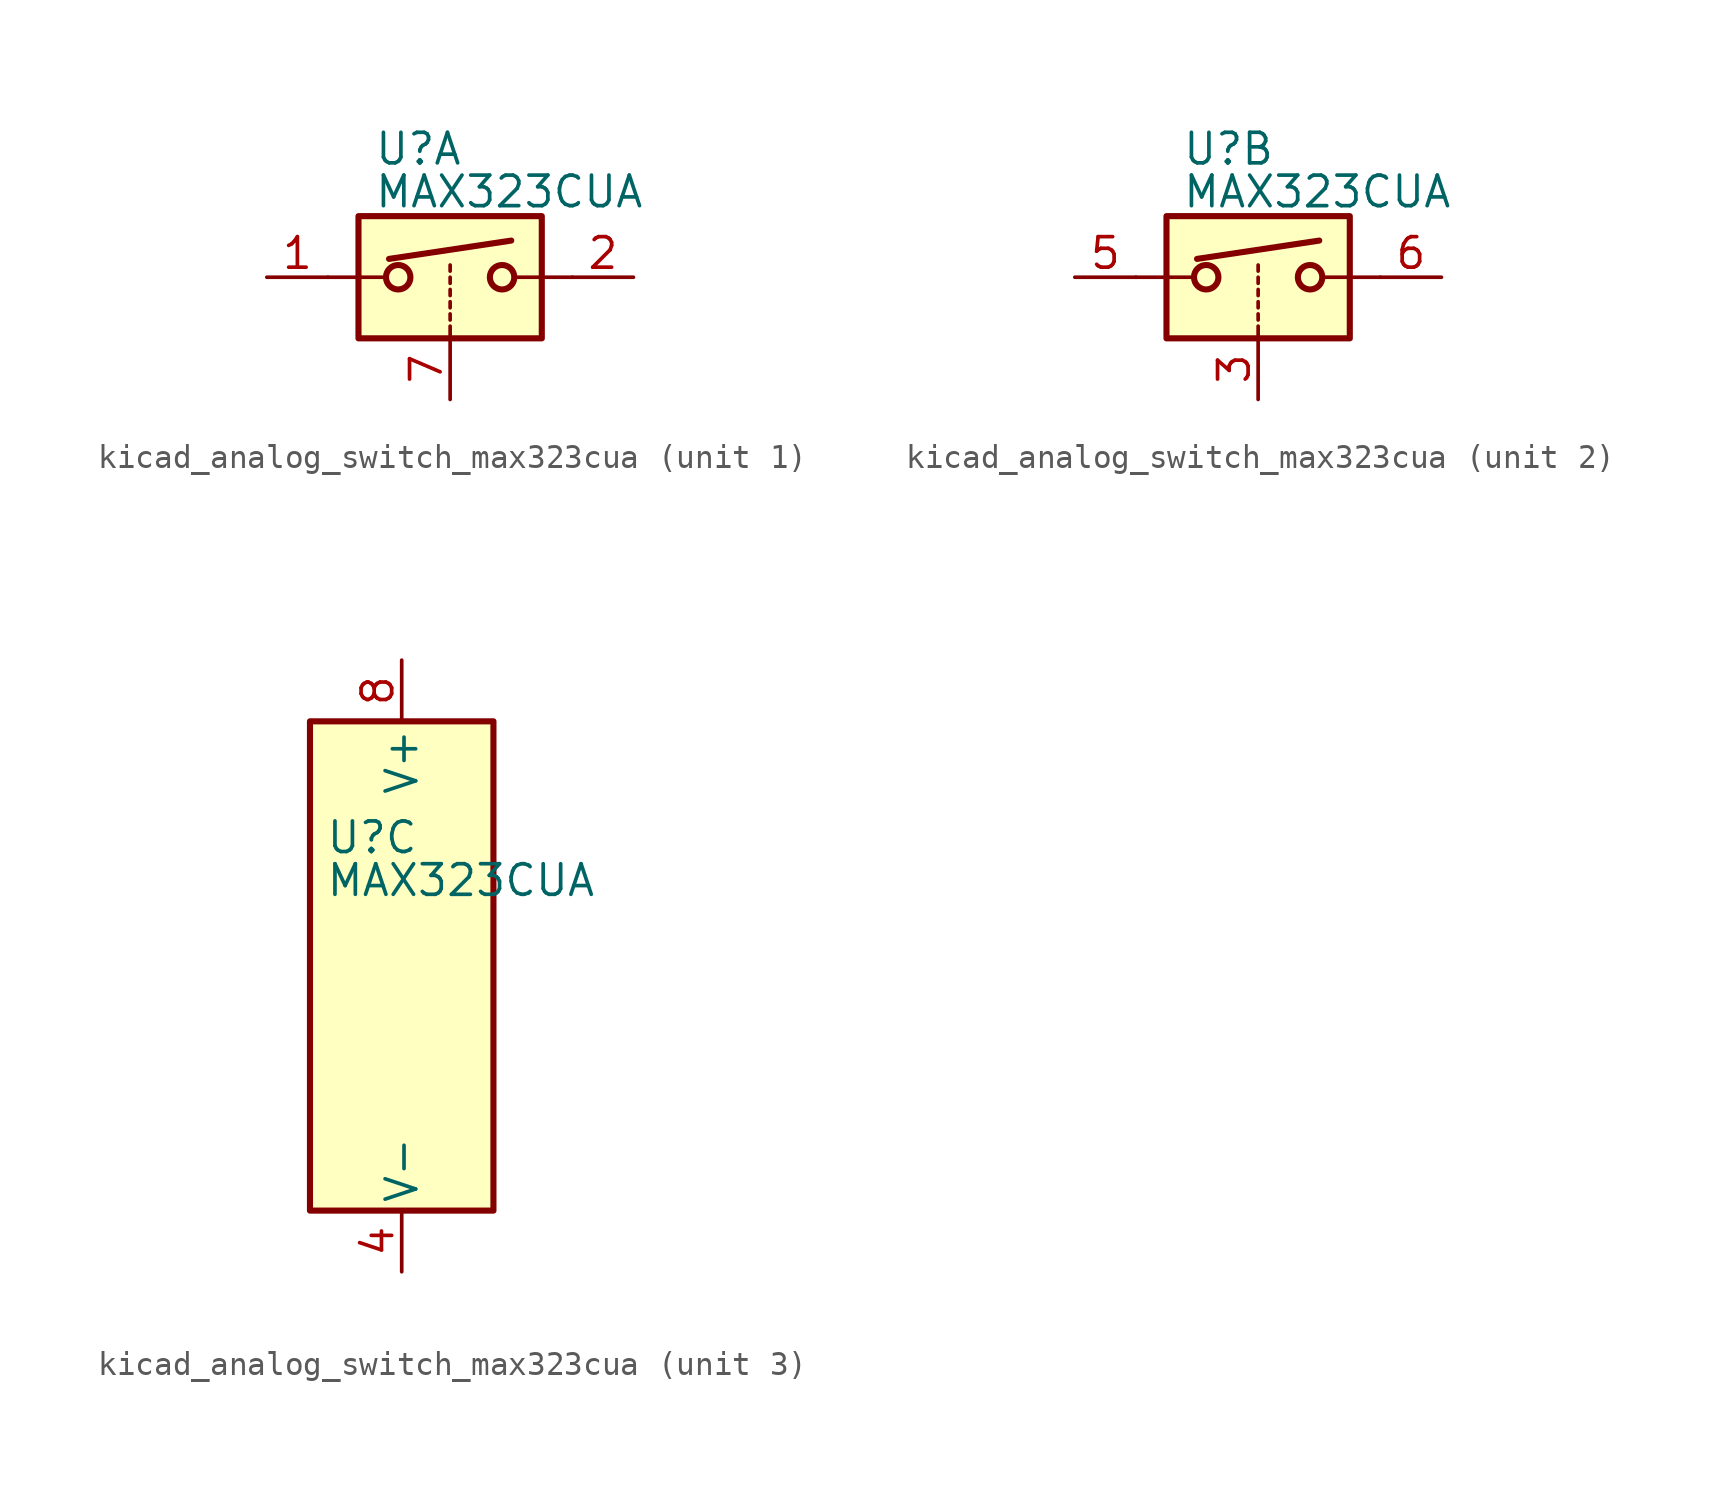
<source format=kicad_sym>
(kicad_symbol_lib
  (version 20220914)
  (generator kicad_symbol_editor)
  (symbol "kicad_analog_switch_max323cua"
    (pin_names
      (offset 0.254))
    (property "Reference" "U"
      (at -3.175 5.334 0)
      (effects (font (size 1.27 1.27)) (justify left)))
    (property "Value" "MAX323CUA"
      (at -3.175 3.556 0)
      (effects (font (size 1.27 1.27)) (justify left)))
    (symbol "kicad_analog_switch_max323cua_1_1"
      (rectangle (start -3.81 2.54) (end 3.81 -2.54) (stroke (width 0.254) (type default)) (fill (type background)))
      (circle (center -2.159 0) (radius 0.508) (stroke (width 0.254) (type default)) (fill (type none)))
      (polyline (pts (xy -5.08 0) (xy -2.794 0)) (stroke (width 0) (type default)) (fill (type none)))
      (polyline (pts (xy -2.54 0.762) (xy 2.54 1.524)) (stroke (width 0.254) (type default)) (fill (type none)))
      (polyline (pts (xy 0 -2.54) (xy 0 -2.032)) (stroke (width 0) (type default)) (fill (type none)))
      (polyline (pts (xy 0 -1.778) (xy 0 -1.524)) (stroke (width 0) (type default)) (fill (type none)))
      (polyline (pts (xy 0 -1.27) (xy 0 -1.016)) (stroke (width 0) (type default)) (fill (type none)))
      (polyline (pts (xy 0 -0.762) (xy 0 -0.508)) (stroke (width 0) (type default)) (fill (type none)))
      (polyline (pts (xy 0 -0.254) (xy 0 0)) (stroke (width 0) (type default)) (fill (type none)))
      (polyline (pts (xy 0 0.254) (xy 0 0.508)) (stroke (width 0) (type default)) (fill (type none)))
      (polyline (pts (xy 5.08 0) (xy 2.794 0)) (stroke (width 0) (type default)) (fill (type none)))
      (circle (center 2.159 0) (radius 0.508) (stroke (width 0.254) (type default)) (fill (type none)))
      (pin passive line (at -7.62 0 0) (length 2.54) (name "~" (effects (font (size 1.27 1.27)))) (number "1" (effects (font (size 1.27 1.27)))))
      (pin passive line (at 7.62 0 180) (length 2.54) (name "~" (effects (font (size 1.27 1.27)))) (number "2" (effects (font (size 1.27 1.27)))))
      (pin input line (at 0 -5.08 90) (length 2.54) (name "~" (effects (font (size 1.27 1.27)))) (number "7" (effects (font (size 1.27 1.27))))))
    (symbol "kicad_analog_switch_max323cua_2_1"
      (rectangle (start -3.81 2.54) (end 3.81 -2.54) (stroke (width 0.254) (type default)) (fill (type background)))
      (circle (center -2.159 0) (radius 0.508) (stroke (width 0.254) (type default)) (fill (type none)))
      (polyline (pts (xy -5.08 0) (xy -2.794 0)) (stroke (width 0) (type default)) (fill (type none)))
      (polyline (pts (xy -2.54 0.762) (xy 2.54 1.524)) (stroke (width 0.254) (type default)) (fill (type none)))
      (polyline (pts (xy 0 -2.54) (xy 0 -2.032)) (stroke (width 0) (type default)) (fill (type none)))
      (polyline (pts (xy 0 -1.778) (xy 0 -1.524)) (stroke (width 0) (type default)) (fill (type none)))
      (polyline (pts (xy 0 -1.27) (xy 0 -1.016)) (stroke (width 0) (type default)) (fill (type none)))
      (polyline (pts (xy 0 -0.762) (xy 0 -0.508)) (stroke (width 0) (type default)) (fill (type none)))
      (polyline (pts (xy 0 -0.254) (xy 0 0)) (stroke (width 0) (type default)) (fill (type none)))
      (polyline (pts (xy 0 0.254) (xy 0 0.508)) (stroke (width 0) (type default)) (fill (type none)))
      (polyline (pts (xy 5.08 0) (xy 2.794 0)) (stroke (width 0) (type default)) (fill (type none)))
      (circle (center 2.159 0) (radius 0.508) (stroke (width 0.254) (type default)) (fill (type none)))
      (pin input line (at 0 -5.08 90) (length 2.54) (name "~" (effects (font (size 1.27 1.27)))) (number "3" (effects (font (size 1.27 1.27)))))
      (pin passive line (at -7.62 0 0) (length 2.54) (name "~" (effects (font (size 1.27 1.27)))) (number "5" (effects (font (size 1.27 1.27)))))
      (pin passive line (at 7.62 0 180) (length 2.54) (name "~" (effects (font (size 1.27 1.27)))) (number "6" (effects (font (size 1.27 1.27))))))
    (symbol "kicad_analog_switch_max323cua_3_0"
      (pin power_in line (at 0 -12.7 90) (length 2.54) (name "V-" (effects (font (size 1.27 1.27)))) (number "4" (effects (font (size 1.27 1.27)))))
      (pin power_in line (at 0 12.7 270) (length 2.54) (name "V+" (effects (font (size 1.27 1.27)))) (number "8" (effects (font (size 1.27 1.27))))))
    (symbol "kicad_analog_switch_max323cua_3_1"
      (rectangle (start -3.81 10.16) (end 3.81 -10.16) (stroke (width 0.254) (type default)) (fill (type background))))))
</source>
